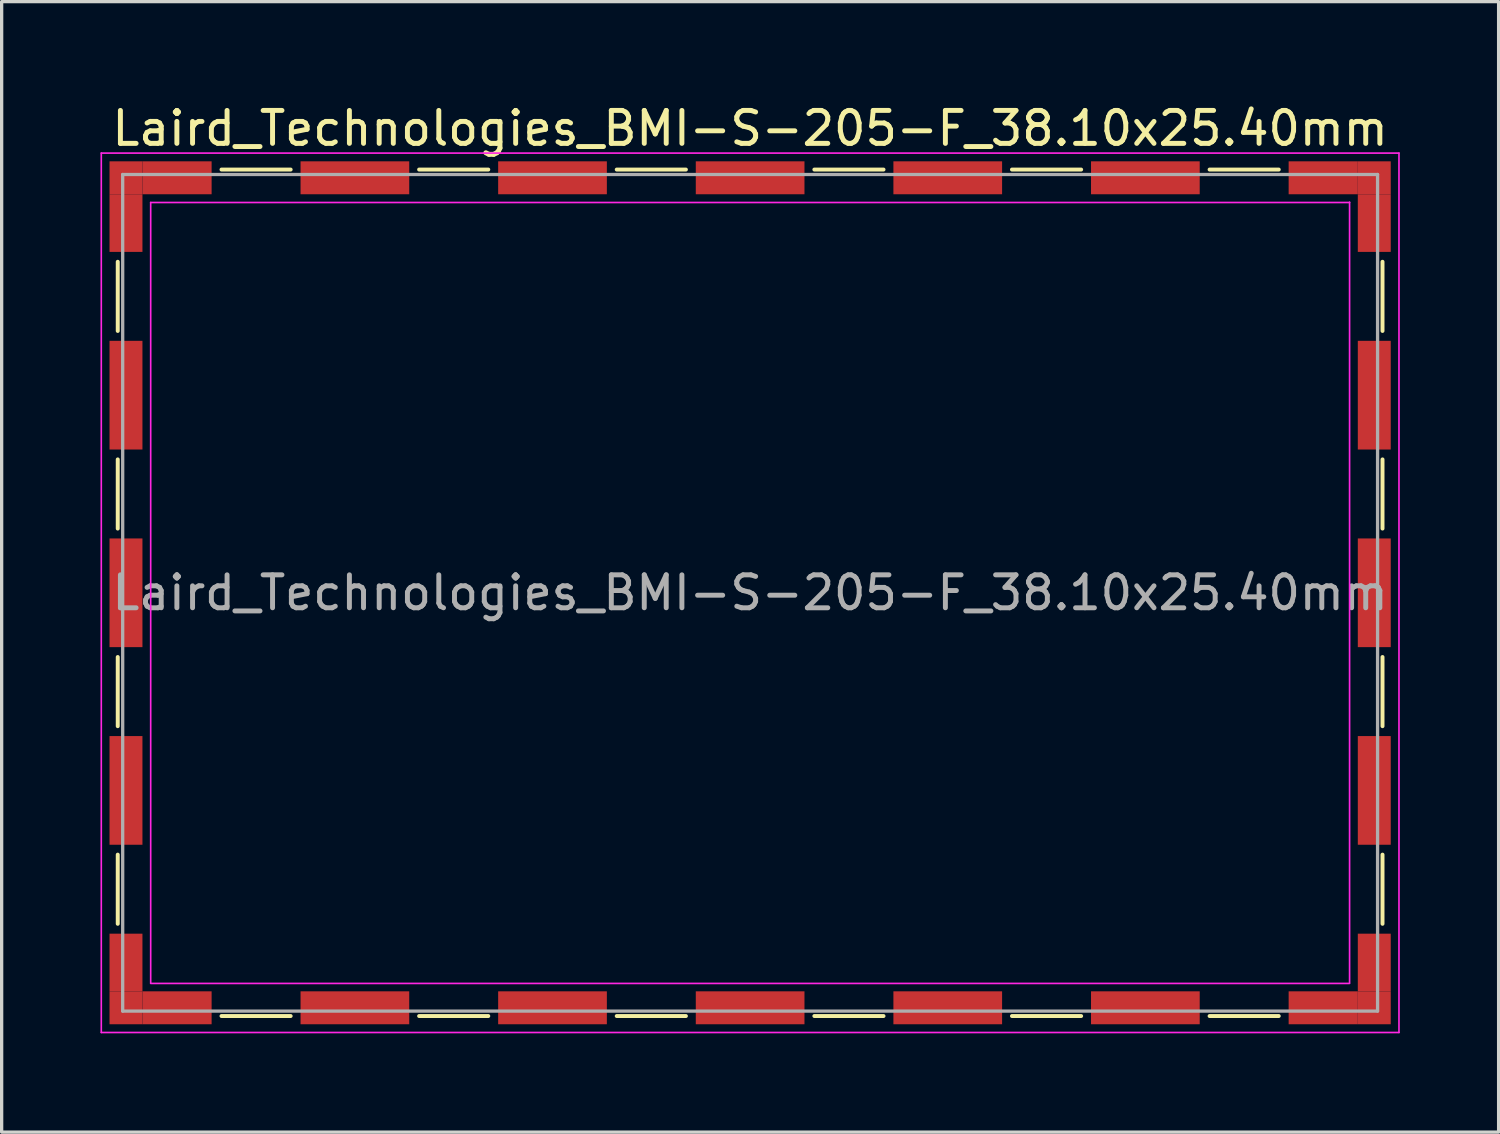
<source format=kicad_pcb>
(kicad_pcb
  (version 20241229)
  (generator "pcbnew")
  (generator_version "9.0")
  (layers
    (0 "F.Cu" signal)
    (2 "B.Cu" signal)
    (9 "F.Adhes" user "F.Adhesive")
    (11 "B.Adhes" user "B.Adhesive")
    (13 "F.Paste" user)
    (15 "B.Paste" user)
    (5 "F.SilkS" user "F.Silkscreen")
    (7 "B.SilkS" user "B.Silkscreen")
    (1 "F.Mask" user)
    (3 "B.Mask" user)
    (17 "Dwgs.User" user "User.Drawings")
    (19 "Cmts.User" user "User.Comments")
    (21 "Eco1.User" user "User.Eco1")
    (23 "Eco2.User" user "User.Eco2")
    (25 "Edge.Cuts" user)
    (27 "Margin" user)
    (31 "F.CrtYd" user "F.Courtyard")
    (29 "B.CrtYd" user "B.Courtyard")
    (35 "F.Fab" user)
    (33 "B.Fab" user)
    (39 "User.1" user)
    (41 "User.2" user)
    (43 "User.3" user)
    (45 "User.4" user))
  (footprint "Laird_Technologies_BMI-S-205-F_38.10x25.40mm"
    (layer "F.Cu")
    (at 19.725 14.948)
    (property "Reference" "Laird_Technologies_BMI-S-205-F_38.10x25.40mm" (at 0 -14.1 0) (layer "F.SilkS") (effects (font (size 1 1) (thickness 0.15))))
    (attr smd)
    (fp_line (start -19.2 -10.05) (end -19.2 -7.95) (stroke (width 0.12) (type solid)) (layer "F.SilkS"))
    (fp_line (start -19.2 -4.05) (end -19.2 -1.95) (stroke (width 0.12) (type solid)) (layer "F.SilkS"))
    (fp_line (start -19.2 1.95) (end -19.2 4.05) (stroke (width 0.12) (type solid)) (layer "F.SilkS"))
    (fp_line (start -19.2 7.95) (end -19.2 10.05) (stroke (width 0.12) (type solid)) (layer "F.SilkS"))
    (fp_line (start -16.05 -12.85) (end -13.95 -12.85) (stroke (width 0.12) (type solid)) (layer "F.SilkS"))
    (fp_line (start -16.05 12.85) (end -13.95 12.85) (stroke (width 0.12) (type solid)) (layer "F.SilkS"))
    (fp_line (start -10.05 -12.85) (end -7.95 -12.85) (stroke (width 0.12) (type solid)) (layer "F.SilkS"))
    (fp_line (start -10.05 12.85) (end -7.95 12.85) (stroke (width 0.12) (type solid)) (layer "F.SilkS"))
    (fp_line (start -4.05 -12.85) (end -1.95 -12.85) (stroke (width 0.12) (type solid)) (layer "F.SilkS"))
    (fp_line (start -4.05 12.85) (end -1.95 12.85) (stroke (width 0.12) (type solid)) (layer "F.SilkS"))
    (fp_line (start 1.95 -12.85) (end 4.05 -12.85) (stroke (width 0.12) (type solid)) (layer "F.SilkS"))
    (fp_line (start 1.95 12.85) (end 4.05 12.85) (stroke (width 0.12) (type solid)) (layer "F.SilkS"))
    (fp_line (start 7.95 -12.85) (end 10.05 -12.85) (stroke (width 0.12) (type solid)) (layer "F.SilkS"))
    (fp_line (start 7.95 12.85) (end 10.05 12.85) (stroke (width 0.12) (type solid)) (layer "F.SilkS"))
    (fp_line (start 13.95 -12.85) (end 16.05 -12.85) (stroke (width 0.12) (type solid)) (layer "F.SilkS"))
    (fp_line (start 13.95 12.85) (end 16.05 12.85) (stroke (width 0.12) (type solid)) (layer "F.SilkS"))
    (fp_line (start 19.2 -10.05) (end 19.2 -7.95) (stroke (width 0.12) (type solid)) (layer "F.SilkS"))
    (fp_line (start 19.2 -4.05) (end 19.2 -1.95) (stroke (width 0.12) (type solid)) (layer "F.SilkS"))
    (fp_line (start 19.2 1.95) (end 19.2 4.05) (stroke (width 0.12) (type solid)) (layer "F.SilkS"))
    (fp_line (start 19.2 7.95) (end 19.2 10.05) (stroke (width 0.12) (type solid)) (layer "F.SilkS"))
    (fp_line (start -19.7 -13.35) (end -19.7 13.35) (stroke (width 0.05) (type solid)) (layer "F.CrtYd"))
    (fp_line (start -19.7 13.35) (end 19.7 13.35) (stroke (width 0.05) (type solid)) (layer "F.CrtYd"))
    (fp_line (start -18.2 -11.85) (end -18.2 11.85) (stroke (width 0.05) (type solid)) (layer "F.CrtYd"))
    (fp_line (start 18.2 -11.86) (end 18.2 11.84) (stroke (width 0.05) (type solid)) (layer "F.CrtYd"))
    (fp_line (start 18.2 -11.85) (end -18.2 -11.85) (stroke (width 0.05) (type solid)) (layer "F.CrtYd"))
    (fp_line (start 18.2 11.86) (end -18.2 11.86) (stroke (width 0.05) (type solid)) (layer "F.CrtYd"))
    (fp_line (start 19.7 -13.35) (end -19.7 -13.35) (stroke (width 0.05) (type solid)) (layer "F.CrtYd"))
    (fp_line (start 19.7 13.35) (end 19.7 -13.35) (stroke (width 0.05) (type solid)) (layer "F.CrtYd"))
    (fp_line (start -19.05 -12.7) (end -19.05 12.7) (stroke (width 0.1) (type solid)) (layer "F.Fab"))
    (fp_line (start -19.05 12.7) (end 19.05 12.7) (stroke (width 0.1) (type solid)) (layer "F.Fab"))
    (fp_line (start 19.05 -12.7) (end -19.05 -12.7) (stroke (width 0.1) (type solid)) (layer "F.Fab"))
    (fp_line (start 19.05 12.7) (end 19.05 -12.7) (stroke (width 0.1) (type solid)) (layer "F.Fab"))
    (fp_text user "${REFERENCE}" (at 0 0 0) (layer "F.Fab") (effects (font (size 1 1) (thickness 0.15))))
    (pad "1" smd rect (at -18.95 -12.6) (size 1 1) (layers "F.Cu" "F.Mask" "F.Paste"))
    (pad "1" smd rect (at -18.95 -11.225) (size 1 1.75) (layers "F.Cu" "F.Mask" "F.Paste"))
    (pad "1" smd rect (at -18.95 -6) (size 1 3.3) (layers "F.Cu" "F.Mask" "F.Paste"))
    (pad "1" smd rect (at -18.95 0) (size 1 3.3) (layers "F.Cu" "F.Mask" "F.Paste"))
    (pad "1" smd rect (at -18.95 6) (size 1 3.3) (layers "F.Cu" "F.Mask" "F.Paste"))
    (pad "1" smd rect (at -18.95 11.225) (size 1 1.75) (layers "F.Cu" "F.Mask" "F.Paste"))
    (pad "1" smd rect (at -18.95 12.6) (size 1 1) (layers "F.Cu" "F.Mask" "F.Paste"))
    (pad "1" smd rect (at -17.4 -12.6) (size 2.1 1) (layers "F.Cu" "F.Mask" "F.Paste"))
    (pad "1" smd rect (at -17.4 12.6) (size 2.1 1) (layers "F.Cu" "F.Mask" "F.Paste"))
    (pad "1" smd rect (at -12 -12.6) (size 3.3 1) (layers "F.Cu" "F.Mask" "F.Paste"))
    (pad "1" smd rect (at -12 12.6) (size 3.3 1) (layers "F.Cu" "F.Mask" "F.Paste"))
    (pad "1" smd rect (at -6 -12.6) (size 3.3 1) (layers "F.Cu" "F.Mask" "F.Paste"))
    (pad "1" smd rect (at -6 12.6) (size 3.3 1) (layers "F.Cu" "F.Mask" "F.Paste"))
    (pad "1" smd rect (at 0 -12.6) (size 3.3 1) (layers "F.Cu" "F.Mask" "F.Paste"))
    (pad "1" smd rect (at 0 12.6) (size 3.3 1) (layers "F.Cu" "F.Mask" "F.Paste"))
    (pad "1" smd rect (at 6 -12.6) (size 3.3 1) (layers "F.Cu" "F.Mask" "F.Paste"))
    (pad "1" smd rect (at 6 12.6) (size 3.3 1) (layers "F.Cu" "F.Mask" "F.Paste"))
    (pad "1" smd rect (at 12 -12.6) (size 3.3 1) (layers "F.Cu" "F.Mask" "F.Paste"))
    (pad "1" smd rect (at 12 12.6) (size 3.3 1) (layers "F.Cu" "F.Mask" "F.Paste"))
    (pad "1" smd rect (at 17.4 -12.6) (size 2.1 1) (layers "F.Cu" "F.Mask" "F.Paste"))
    (pad "1" smd rect (at 17.4 12.6) (size 2.1 1) (layers "F.Cu" "F.Mask" "F.Paste"))
    (pad "1" smd rect (at 18.95 -12.6) (size 1 1) (layers "F.Cu" "F.Mask" "F.Paste"))
    (pad "1" smd rect (at 18.95 -11.225) (size 1 1.75) (layers "F.Cu" "F.Mask" "F.Paste"))
    (pad "1" smd rect (at 18.95 -6) (size 1 3.3) (layers "F.Cu" "F.Mask" "F.Paste"))
    (pad "1" smd rect (at 18.95 0) (size 1 3.3) (layers "F.Cu" "F.Mask" "F.Paste"))
    (pad "1" smd rect (at 18.95 6) (size 1 3.3) (layers "F.Cu" "F.Mask" "F.Paste"))
    (pad "1" smd rect (at 18.95 11.225) (size 1 1.75) (layers "F.Cu" "F.Mask" "F.Paste"))
    (pad "1" smd rect (at 18.95 12.6) (size 1 1) (layers "F.Cu" "F.Mask" "F.Paste")))
  (gr_rect
    (start -3 -3)
    (end 42.45 31.323)
    (stroke (width 0.1) (type default))
    (fill no)
    (layer "Edge.Cuts")))
</source>
